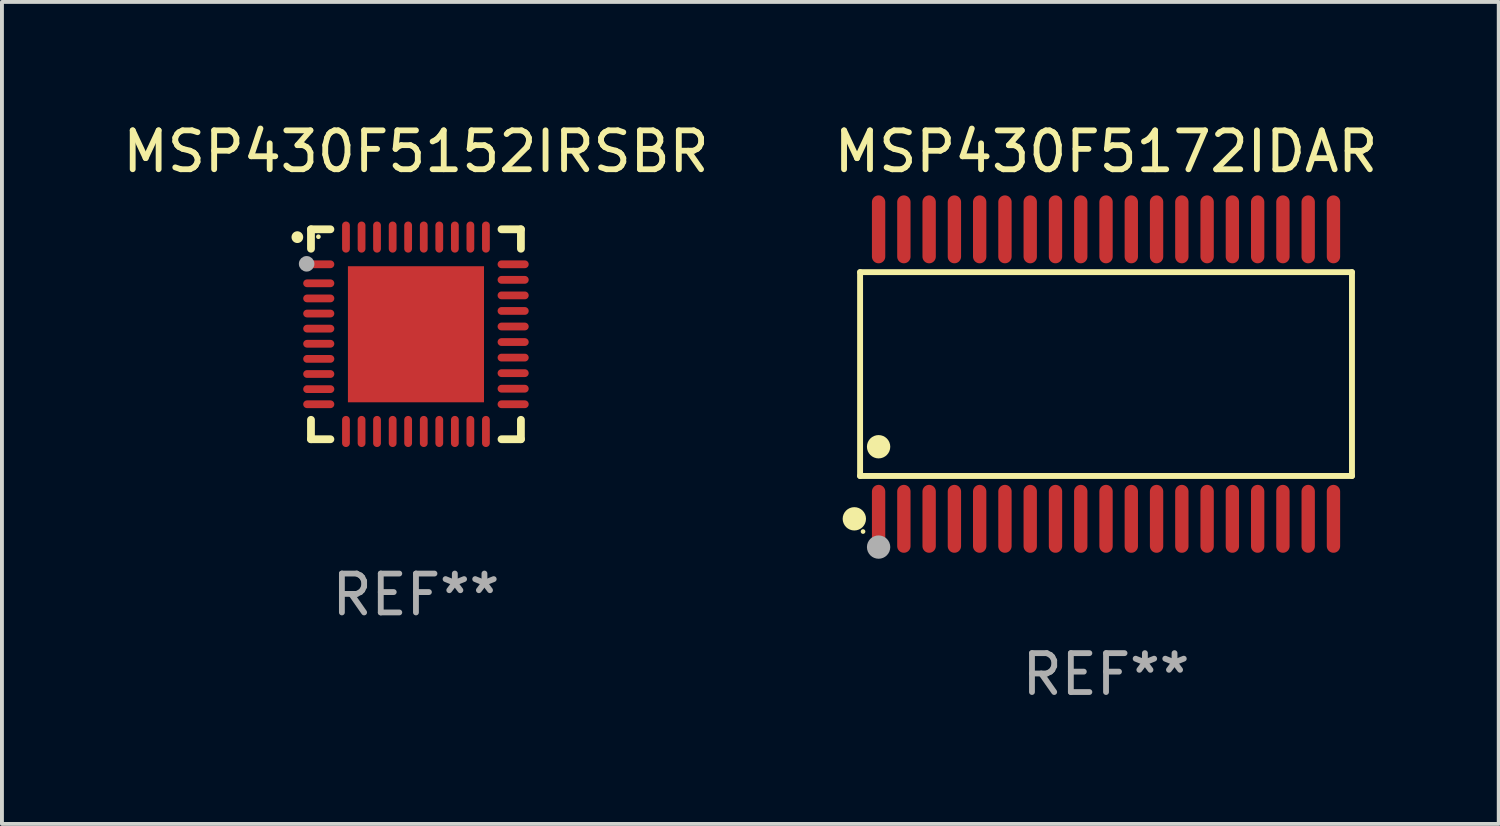
<source format=kicad_pcb>
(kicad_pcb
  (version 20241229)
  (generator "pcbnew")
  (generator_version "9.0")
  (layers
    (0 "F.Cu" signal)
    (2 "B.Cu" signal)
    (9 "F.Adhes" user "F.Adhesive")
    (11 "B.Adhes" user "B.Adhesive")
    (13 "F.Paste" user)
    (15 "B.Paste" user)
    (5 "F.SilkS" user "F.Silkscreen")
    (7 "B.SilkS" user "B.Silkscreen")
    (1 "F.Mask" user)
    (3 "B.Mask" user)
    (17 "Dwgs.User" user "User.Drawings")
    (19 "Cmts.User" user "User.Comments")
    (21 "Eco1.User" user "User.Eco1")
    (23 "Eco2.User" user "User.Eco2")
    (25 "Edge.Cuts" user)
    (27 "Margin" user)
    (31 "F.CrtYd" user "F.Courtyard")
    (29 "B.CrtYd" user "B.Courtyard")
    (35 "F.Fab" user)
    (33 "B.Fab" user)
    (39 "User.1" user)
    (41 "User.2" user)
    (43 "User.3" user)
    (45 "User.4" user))
  (footprint "MSP430F5152IRSBR"
    (layer "F.Cu")
    (at 7.649 5.548)
    (property "Reference" "MSP430F5152IRSBR" (at 0 -4.7 0) (layer "F.SilkS") (effects (font (size 1 1) (thickness 0.15))))
    (attr through_hole)
    (fp_line (start -2.7 -2.7) (end -2.2 -2.7) (stroke (width 0.2) (type solid)) (layer "F.SilkS"))
    (fp_line (start -2.7 -2.2) (end -2.7 -2.7) (stroke (width 0.2) (type solid)) (layer "F.SilkS"))
    (fp_line (start -2.7 2.7) (end -2.7 2.2) (stroke (width 0.2) (type solid)) (layer "F.SilkS"))
    (fp_line (start -2.2 2.7) (end -2.7 2.7) (stroke (width 0.2) (type solid)) (layer "F.SilkS"))
    (fp_line (start 2.2 2.7) (end 2.7 2.7) (stroke (width 0.2) (type solid)) (layer "F.SilkS"))
    (fp_line (start 2.7 -2.7) (end 2.2 -2.7) (stroke (width 0.2) (type solid)) (layer "F.SilkS"))
    (fp_line (start 2.7 -2.2) (end 2.7 -2.7) (stroke (width 0.2) (type solid)) (layer "F.SilkS"))
    (fp_line (start 2.7 2.7) (end 2.7 2.2) (stroke (width 0.2) (type solid)) (layer "F.SilkS"))
    (fp_arc (start -3.050546 -2.496825) (mid -3.050551 -2.498095) (end -3.050546 -2.499365) (stroke (width 0.3) (type solid)) (layer "F.SilkS"))
    (fp_circle (center -2.509 -2.509) (end -2.479 -2.509) (stroke (width 0.06) (type solid)) (fill no) (layer "F.SilkS"))
    (fp_circle (center -2.812 -1.812) (end -2.712 -1.812) (stroke (width 0.2) (type solid)) (fill no) (layer "F.Fab"))
    (fp_text user "REF**" (at 0 6.7 0) (layer "F.Fab") (effects (font (size 1 1) (thickness 0.15))))
    (pad "1" smd oval (at -2.5 -1.8) (size 0.8 0.2) (layers "F.Cu" "F.Mask" "F.Paste"))
    (pad "2" smd oval (at -2.5 -1.311) (size 0.8 0.2) (layers "F.Cu" "F.Mask" "F.Paste"))
    (pad "3" smd oval (at -2.5 -0.922) (size 0.8 0.2) (layers "F.Cu" "F.Mask" "F.Paste"))
    (pad "4" smd oval (at -2.5 -0.533) (size 0.8 0.2) (layers "F.Cu" "F.Mask" "F.Paste"))
    (pad "5" smd oval (at -2.5 -0.145) (size 0.8 0.2) (layers "F.Cu" "F.Mask" "F.Paste"))
    (pad "6" smd oval (at -2.5 0.244) (size 0.8 0.2) (layers "F.Cu" "F.Mask" "F.Paste"))
    (pad "7" smd oval (at -2.5 0.633) (size 0.8 0.2) (layers "F.Cu" "F.Mask" "F.Paste"))
    (pad "8" smd oval (at -2.5 1.022) (size 0.8 0.2) (layers "F.Cu" "F.Mask" "F.Paste"))
    (pad "9" smd oval (at -2.5 1.411) (size 0.8 0.2) (layers "F.Cu" "F.Mask" "F.Paste"))
    (pad "10" smd oval (at -2.5 1.8) (size 0.8 0.2) (layers "F.Cu" "F.Mask" "F.Paste"))
    (pad "11" smd oval (at -1.8 2.5) (size 0.2 0.8) (layers "F.Cu" "F.Mask" "F.Paste"))
    (pad "12" smd oval (at -1.399 2.5) (size 0.2 0.8) (layers "F.Cu" "F.Mask" "F.Paste"))
    (pad "13" smd oval (at -1.001 2.5) (size 0.2 0.8) (layers "F.Cu" "F.Mask" "F.Paste"))
    (pad "14" smd oval (at -0.599 2.5) (size 0.2 0.8) (layers "F.Cu" "F.Mask" "F.Paste"))
    (pad "15" smd oval (at -0.201 2.5) (size 0.2 0.8) (layers "F.Cu" "F.Mask" "F.Paste"))
    (pad "16" smd oval (at 0.201 2.5) (size 0.2 0.8) (layers "F.Cu" "F.Mask" "F.Paste"))
    (pad "17" smd oval (at 0.6 2.5) (size 0.2 0.8) (layers "F.Cu" "F.Mask" "F.Paste"))
    (pad "18" smd oval (at 1.001 2.5) (size 0.2 0.8) (layers "F.Cu" "F.Mask" "F.Paste"))
    (pad "19" smd oval (at 1.4 2.5) (size 0.2 0.8) (layers "F.Cu" "F.Mask" "F.Paste"))
    (pad "20" smd oval (at 1.8 2.5) (size 0.2 0.8) (layers "F.Cu" "F.Mask" "F.Paste"))
    (pad "21" smd oval (at 2.5 1.8) (size 0.8 0.2) (layers "F.Cu" "F.Mask" "F.Paste"))
    (pad "22" smd oval (at 2.5 1.4) (size 0.8 0.2) (layers "F.Cu" "F.Mask" "F.Paste"))
    (pad "23" smd oval (at 2.5 1) (size 0.8 0.2) (layers "F.Cu" "F.Mask" "F.Paste"))
    (pad "24" smd oval (at 2.5 0.6) (size 0.8 0.2) (layers "F.Cu" "F.Mask" "F.Paste"))
    (pad "25" smd oval (at 2.5 0.2) (size 0.8 0.2) (layers "F.Cu" "F.Mask" "F.Paste"))
    (pad "26" smd oval (at 2.5 -0.2) (size 0.8 0.2) (layers "F.Cu" "F.Mask" "F.Paste"))
    (pad "27" smd oval (at 2.5 -0.6) (size 0.8 0.2) (layers "F.Cu" "F.Mask" "F.Paste"))
    (pad "28" smd oval (at 2.5 -1) (size 0.8 0.2) (layers "F.Cu" "F.Mask" "F.Paste"))
    (pad "29" smd oval (at 2.5 -1.4) (size 0.8 0.2) (layers "F.Cu" "F.Mask" "F.Paste"))
    (pad "30" smd oval (at 2.5 -1.8) (size 0.8 0.2) (layers "F.Cu" "F.Mask" "F.Paste"))
    (pad "31" smd oval (at 1.8 -2.5) (size 0.2 0.8) (layers "F.Cu" "F.Mask" "F.Paste"))
    (pad "32" smd oval (at 1.4 -2.5) (size 0.2 0.8) (layers "F.Cu" "F.Mask" "F.Paste"))
    (pad "33" smd oval (at 1.001 -2.5) (size 0.2 0.8) (layers "F.Cu" "F.Mask" "F.Paste"))
    (pad "34" smd oval (at 0.6 -2.5) (size 0.2 0.8) (layers "F.Cu" "F.Mask" "F.Paste"))
    (pad "35" smd oval (at 0.201 -2.5) (size 0.2 0.8) (layers "F.Cu" "F.Mask" "F.Paste"))
    (pad "36" smd oval (at -0.201 -2.5) (size 0.2 0.8) (layers "F.Cu" "F.Mask" "F.Paste"))
    (pad "37" smd oval (at -0.599 -2.5) (size 0.2 0.8) (layers "F.Cu" "F.Mask" "F.Paste"))
    (pad "38" smd oval (at -1.001 -2.5) (size 0.2 0.8) (layers "F.Cu" "F.Mask" "F.Paste"))
    (pad "39" smd oval (at -1.399 -2.5) (size 0.2 0.8) (layers "F.Cu" "F.Mask" "F.Paste"))
    (pad "40" smd oval (at -1.8 -2.5) (size 0.2 0.8) (layers "F.Cu" "F.Mask" "F.Paste"))
    (pad "41" smd rect (at 0.000076 -0.000076) (size 3.5 3.5) (layers "F.Cu" "F.Mask" "F.Paste")))
  (footprint "MSP430F5172IDAR"
    (layer "F.Cu")
    (at 25.399 6.572)
    (property "Reference" "MSP430F5172IDAR" (at 0 -5.723 0) (layer "F.SilkS") (effects (font (size 1 1) (thickness 0.15))))
    (attr through_hole)
    (fp_line (start -6.326 -2.622) (end 6.326 -2.622) (stroke (width 0.152) (type solid)) (layer "F.SilkS"))
    (fp_line (start -6.326 2.621) (end -6.326 -2.622) (stroke (width 0.152) (type solid)) (layer "F.SilkS"))
    (fp_line (start 6.326 -2.622) (end 6.326 2.621) (stroke (width 0.152) (type solid)) (layer "F.SilkS"))
    (fp_line (start 6.326 2.621) (end -6.326 2.621) (stroke (width 0.152) (type solid)) (layer "F.SilkS"))
    (fp_circle (center -6.474 3.723) (end -6.324 3.723) (stroke (width 0.3) (type solid)) (fill no) (layer "F.SilkS"))
    (fp_circle (center -6.25 4.05) (end -6.22 4.05) (stroke (width 0.06) (type solid)) (fill no) (layer "F.SilkS"))
    (fp_circle (center -5.85 1.869) (end -5.7 1.869) (stroke (width 0.3) (type solid)) (fill no) (layer "F.SilkS"))
    (fp_circle (center -5.85 4.45) (end -5.7 4.45) (stroke (width 0.3) (type solid)) (fill no) (layer "F.Fab"))
    (fp_text user "REF**" (at 0 7.723 0) (layer "F.Fab") (effects (font (size 1 1) (thickness 0.15))))
    (pad "1" smd oval (at -5.85 3.723) (size 0.343 1.747) (layers "F.Cu" "F.Mask" "F.Paste"))
    (pad "2" smd oval (at -5.2 3.723) (size 0.343 1.747) (layers "F.Cu" "F.Mask" "F.Paste"))
    (pad "3" smd oval (at -4.55 3.723) (size 0.343 1.747) (layers "F.Cu" "F.Mask" "F.Paste"))
    (pad "4" smd oval (at -3.9 3.723) (size 0.343 1.747) (layers "F.Cu" "F.Mask" "F.Paste"))
    (pad "5" smd oval (at -3.25 3.723) (size 0.343 1.747) (layers "F.Cu" "F.Mask" "F.Paste"))
    (pad "6" smd oval (at -2.6 3.723) (size 0.343 1.747) (layers "F.Cu" "F.Mask" "F.Paste"))
    (pad "7" smd oval (at -1.95 3.723) (size 0.343 1.747) (layers "F.Cu" "F.Mask" "F.Paste"))
    (pad "8" smd oval (at -1.3 3.723) (size 0.343 1.747) (layers "F.Cu" "F.Mask" "F.Paste"))
    (pad "9" smd oval (at -0.65 3.723) (size 0.343 1.747) (layers "F.Cu" "F.Mask" "F.Paste"))
    (pad "10" smd oval (at 0 3.723) (size 0.343 1.747) (layers "F.Cu" "F.Mask" "F.Paste"))
    (pad "11" smd oval (at 0.65 3.723) (size 0.343 1.747) (layers "F.Cu" "F.Mask" "F.Paste"))
    (pad "12" smd oval (at 1.3 3.723) (size 0.343 1.747) (layers "F.Cu" "F.Mask" "F.Paste"))
    (pad "13" smd oval (at 1.95 3.723) (size 0.343 1.747) (layers "F.Cu" "F.Mask" "F.Paste"))
    (pad "14" smd oval (at 2.6 3.723) (size 0.343 1.747) (layers "F.Cu" "F.Mask" "F.Paste"))
    (pad "15" smd oval (at 3.25 3.723) (size 0.343 1.747) (layers "F.Cu" "F.Mask" "F.Paste"))
    (pad "16" smd oval (at 3.9 3.723) (size 0.343 1.747) (layers "F.Cu" "F.Mask" "F.Paste"))
    (pad "17" smd oval (at 4.55 3.723) (size 0.343 1.747) (layers "F.Cu" "F.Mask" "F.Paste"))
    (pad "18" smd oval (at 5.2 3.723) (size 0.343 1.747) (layers "F.Cu" "F.Mask" "F.Paste"))
    (pad "19" smd oval (at 5.85 3.723) (size 0.343 1.747) (layers "F.Cu" "F.Mask" "F.Paste"))
    (pad "20" smd oval (at 5.85 -3.723) (size 0.343 1.747) (layers "F.Cu" "F.Mask" "F.Paste"))
    (pad "21" smd oval (at 5.2 -3.723) (size 0.343 1.747) (layers "F.Cu" "F.Mask" "F.Paste"))
    (pad "22" smd oval (at 4.55 -3.723) (size 0.343 1.747) (layers "F.Cu" "F.Mask" "F.Paste"))
    (pad "23" smd oval (at 3.9 -3.723) (size 0.343 1.747) (layers "F.Cu" "F.Mask" "F.Paste"))
    (pad "24" smd oval (at 3.25 -3.723) (size 0.343 1.747) (layers "F.Cu" "F.Mask" "F.Paste"))
    (pad "25" smd oval (at 2.6 -3.723) (size 0.343 1.747) (layers "F.Cu" "F.Mask" "F.Paste"))
    (pad "26" smd oval (at 1.95 -3.723) (size 0.343 1.747) (layers "F.Cu" "F.Mask" "F.Paste"))
    (pad "27" smd oval (at 1.3 -3.723) (size 0.343 1.747) (layers "F.Cu" "F.Mask" "F.Paste"))
    (pad "28" smd oval (at 0.65 -3.723) (size 0.343 1.747) (layers "F.Cu" "F.Mask" "F.Paste"))
    (pad "29" smd oval (at 0 -3.723) (size 0.343 1.747) (layers "F.Cu" "F.Mask" "F.Paste"))
    (pad "30" smd oval (at -0.65 -3.723) (size 0.343 1.747) (layers "F.Cu" "F.Mask" "F.Paste"))
    (pad "31" smd oval (at -1.3 -3.723) (size 0.343 1.747) (layers "F.Cu" "F.Mask" "F.Paste"))
    (pad "32" smd oval (at -1.95 -3.723) (size 0.343 1.747) (layers "F.Cu" "F.Mask" "F.Paste"))
    (pad "33" smd oval (at -2.6 -3.723) (size 0.343 1.747) (layers "F.Cu" "F.Mask" "F.Paste"))
    (pad "34" smd oval (at -3.25 -3.723) (size 0.343 1.747) (layers "F.Cu" "F.Mask" "F.Paste"))
    (pad "35" smd oval (at -3.9 -3.723) (size 0.343 1.747) (layers "F.Cu" "F.Mask" "F.Paste"))
    (pad "36" smd oval (at -4.55 -3.723) (size 0.343 1.747) (layers "F.Cu" "F.Mask" "F.Paste"))
    (pad "37" smd oval (at -5.2 -3.723) (size 0.343 1.747) (layers "F.Cu" "F.Mask" "F.Paste"))
    (pad "38" smd oval (at -5.85 -3.723) (size 0.343 1.747) (layers "F.Cu" "F.Mask" "F.Paste")))
  (gr_rect
    (start -3 -3)
    (end 35.5 18.143)
    (stroke (width 0.1) (type default))
    (fill no)
    (layer "Edge.Cuts")))
</source>
